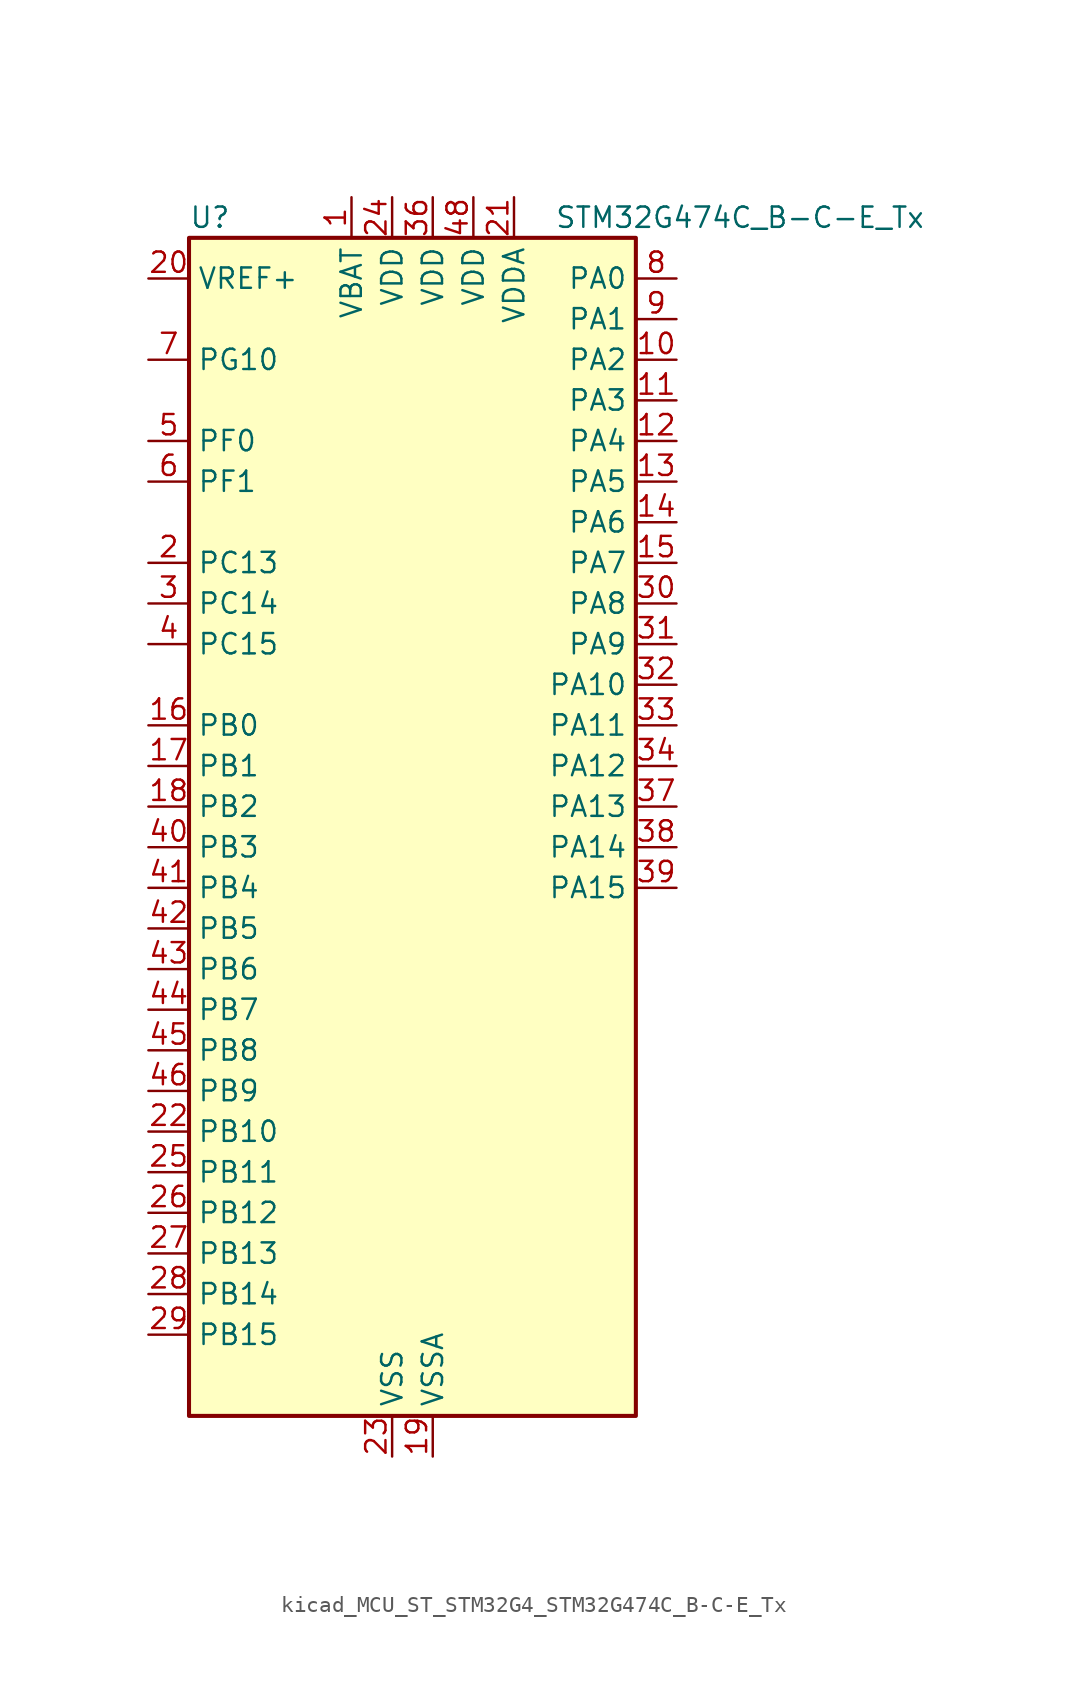
<source format=kicad_sym>
(kicad_symbol_lib
  (version 20220914)
  (generator kicad_symbol_editor)
  (symbol "kicad_MCU_ST_STM32G4_STM32G474C_B-C-E_Tx"
    (property "Reference" "U"
      (at -12.7 39.37 0)
      (effects (font (size 1.27 1.27)) (justify left)))
    (property "Value" "STM32G474C_B-C-E_Tx"
      (at 10.16 39.37 0)
      (effects (font (size 1.27 1.27)) (justify left)))
    (property "ki_locked" ""
      (at 0 0 0)
      (effects (font (size 1.27 1.27))))
    (symbol "kicad_MCU_ST_STM32G4_STM32G474C_B-C-E_Tx_0_1"
      (rectangle (start -12.7 -35.56) (end 15.24 38.1) (stroke (width 0.254) (type default)) (fill (type background))))
    (symbol "kicad_MCU_ST_STM32G4_STM32G474C_B-C-E_Tx_1_1"
      (pin power_in line (at -2.54 40.64 270) (length 2.54) (name "VBAT" (effects (font (size 1.27 1.27)))) (number "1" (effects (font (size 1.27 1.27)))))
      (pin bidirectional line (at 17.78 30.48 180) (length 2.54) (name "PA2" (effects (font (size 1.27 1.27)))) (number "10" (effects (font (size 1.27 1.27)))) (alternate "ADC1_IN3" bidirectional line) (alternate "ADC3_EXTI2" bidirectional line) (alternate "ADC4_EXTI2" bidirectional line) (alternate "ADC5_EXTI2" bidirectional line) (alternate "COMP2_INM" bidirectional line) (alternate "COMP2_OUT" bidirectional line) (alternate "LPUART1_TX" bidirectional line) (alternate "OPAMP1_VOUT" bidirectional line) (alternate "QUADSPI1_BK1_NCS" bidirectional line) (alternate "RCC_LSCO" bidirectional line) (alternate "SYS_WKUP4" bidirectional line) (alternate "TIM15_CH1" bidirectional line) (alternate "TIM2_CH3" bidirectional line) (alternate "TIM5_CH3" bidirectional line) (alternate "UCPD1_FRSTX1" bidirectional line) (alternate "UCPD1_FRSTX2" bidirectional line) (alternate "USART2_TX" bidirectional line))
      (pin bidirectional line (at 17.78 27.94 180) (length 2.54) (name "PA3" (effects (font (size 1.27 1.27)))) (number "11" (effects (font (size 1.27 1.27)))) (alternate "ADC1_IN4" bidirectional line) (alternate "ADC3_EXTI3" bidirectional line) (alternate "ADC4_EXTI3" bidirectional line) (alternate "ADC5_EXTI3" bidirectional line) (alternate "COMP2_INP" bidirectional line) (alternate "LPUART1_RX" bidirectional line) (alternate "OPAMP1_VINM" bidirectional line) (alternate "OPAMP1_VINM0" bidirectional line) (alternate "OPAMP1_VINM_SEC" bidirectional line) (alternate "OPAMP1_VINP" bidirectional line) (alternate "OPAMP1_VINP_SEC" bidirectional line) (alternate "OPAMP5_VINM" bidirectional line) (alternate "OPAMP5_VINM1" bidirectional line) (alternate "OPAMP5_VINM_SEC" bidirectional line) (alternate "QUADSPI1_CLK" bidirectional line) (alternate "SAI1_CK1" bidirectional line) (alternate "SAI1_MCLK_A" bidirectional line) (alternate "TIM15_CH2" bidirectional line) (alternate "TIM2_CH4" bidirectional line) (alternate "TIM5_CH4" bidirectional line) (alternate "USART2_RX" bidirectional line))
      (pin bidirectional line (at 17.78 25.4 180) (length 2.54) (name "PA4" (effects (font (size 1.27 1.27)))) (number "12" (effects (font (size 1.27 1.27)))) (alternate "ADC2_IN17" bidirectional line) (alternate "COMP1_INM" bidirectional line) (alternate "DAC1_OUT1" bidirectional line) (alternate "I2S3_WS" bidirectional line) (alternate "SAI1_FS_B" bidirectional line) (alternate "SPI1_NSS" bidirectional line) (alternate "SPI3_NSS" bidirectional line) (alternate "TIM3_CH2" bidirectional line) (alternate "USART2_CK" bidirectional line))
      (pin bidirectional line (at 17.78 22.86 180) (length 2.54) (name "PA5" (effects (font (size 1.27 1.27)))) (number "13" (effects (font (size 1.27 1.27)))) (alternate "ADC2_IN13" bidirectional line) (alternate "COMP2_INM" bidirectional line) (alternate "DAC1_OUT2" bidirectional line) (alternate "OPAMP2_VINM" bidirectional line) (alternate "OPAMP2_VINM0" bidirectional line) (alternate "OPAMP2_VINM_SEC" bidirectional line) (alternate "SPI1_SCK" bidirectional line) (alternate "TIM2_CH1" bidirectional line) (alternate "TIM2_ETR" bidirectional line) (alternate "UCPD1_FRSTX1" bidirectional line) (alternate "UCPD1_FRSTX2" bidirectional line))
      (pin bidirectional line (at 17.78 20.32 180) (length 2.54) (name "PA6" (effects (font (size 1.27 1.27)))) (number "14" (effects (font (size 1.27 1.27)))) (alternate "ADC2_IN3" bidirectional line) (alternate "COMP1_OUT" bidirectional line) (alternate "DAC2_OUT1" bidirectional line) (alternate "LPUART1_CTS" bidirectional line) (alternate "OPAMP2_VOUT" bidirectional line) (alternate "QUADSPI1_BK1_IO3" bidirectional line) (alternate "SPI1_MISO" bidirectional line) (alternate "TIM16_CH1" bidirectional line) (alternate "TIM1_BKIN" bidirectional line) (alternate "TIM3_CH1" bidirectional line) (alternate "TIM8_BKIN" bidirectional line))
      (pin bidirectional line (at 17.78 17.78 180) (length 2.54) (name "PA7" (effects (font (size 1.27 1.27)))) (number "15" (effects (font (size 1.27 1.27)))) (alternate "ADC2_IN4" bidirectional line) (alternate "COMP2_INP" bidirectional line) (alternate "COMP2_OUT" bidirectional line) (alternate "OPAMP1_VINP" bidirectional line) (alternate "OPAMP1_VINP_SEC" bidirectional line) (alternate "OPAMP2_VINP" bidirectional line) (alternate "OPAMP2_VINP_SEC" bidirectional line) (alternate "QUADSPI1_BK1_IO2" bidirectional line) (alternate "SPI1_MOSI" bidirectional line) (alternate "TIM17_CH1" bidirectional line) (alternate "TIM1_CH1N" bidirectional line) (alternate "TIM3_CH2" bidirectional line) (alternate "TIM8_CH1N" bidirectional line) (alternate "UCPD1_FRSTX1" bidirectional line) (alternate "UCPD1_FRSTX2" bidirectional line))
      (pin bidirectional line (at -15.24 7.62 0) (length 2.54) (name "PB0" (effects (font (size 1.27 1.27)))) (number "16" (effects (font (size 1.27 1.27)))) (alternate "ADC1_IN15" bidirectional line) (alternate "ADC3_IN12" bidirectional line) (alternate "COMP4_INP" bidirectional line) (alternate "HRTIM1_FLT5" bidirectional line) (alternate "OPAMP2_VINP" bidirectional line) (alternate "OPAMP2_VINP_SEC" bidirectional line) (alternate "OPAMP3_VINP" bidirectional line) (alternate "OPAMP3_VINP_SEC" bidirectional line) (alternate "QUADSPI1_BK1_IO1" bidirectional line) (alternate "TIM1_CH2N" bidirectional line) (alternate "TIM3_CH3" bidirectional line) (alternate "TIM8_CH2N" bidirectional line) (alternate "UCPD1_FRSTX1" bidirectional line) (alternate "UCPD1_FRSTX2" bidirectional line))
      (pin bidirectional line (at -15.24 5.08 0) (length 2.54) (name "PB1" (effects (font (size 1.27 1.27)))) (number "17" (effects (font (size 1.27 1.27)))) (alternate "ADC1_IN12" bidirectional line) (alternate "ADC3_IN1" bidirectional line) (alternate "COMP1_INP" bidirectional line) (alternate "COMP4_OUT" bidirectional line) (alternate "HRTIM1_SCOUT" bidirectional line) (alternate "LPUART1_DE" bidirectional line) (alternate "LPUART1_RTS" bidirectional line) (alternate "OPAMP3_VOUT" bidirectional line) (alternate "OPAMP6_VINM" bidirectional line) (alternate "OPAMP6_VINM1" bidirectional line) (alternate "OPAMP6_VINM_SEC" bidirectional line) (alternate "QUADSPI1_BK1_IO0" bidirectional line) (alternate "TIM1_CH3N" bidirectional line) (alternate "TIM3_CH4" bidirectional line) (alternate "TIM8_CH3N" bidirectional line))
      (pin bidirectional line (at -15.24 2.54 0) (length 2.54) (name "PB2" (effects (font (size 1.27 1.27)))) (number "18" (effects (font (size 1.27 1.27)))) (alternate "ADC2_IN12" bidirectional line) (alternate "ADC3_EXTI2" bidirectional line) (alternate "ADC4_EXTI2" bidirectional line) (alternate "ADC5_EXTI2" bidirectional line) (alternate "COMP4_INM" bidirectional line) (alternate "HRTIM1_SCIN" bidirectional line) (alternate "I2C3_SMBA" bidirectional line) (alternate "LPTIM1_OUT" bidirectional line) (alternate "OPAMP3_VINM" bidirectional line) (alternate "OPAMP3_VINM0" bidirectional line) (alternate "OPAMP3_VINM_SEC" bidirectional line) (alternate "QUADSPI1_BK2_IO1" bidirectional line) (alternate "RTC_OUT2" bidirectional line) (alternate "TIM20_CH1" bidirectional line) (alternate "TIM5_CH1" bidirectional line))
      (pin power_in line (at 2.54 -38.1 90) (length 2.54) (name "VSSA" (effects (font (size 1.27 1.27)))) (number "19" (effects (font (size 1.27 1.27)))))
      (pin bidirectional line (at -15.24 17.78 0) (length 2.54) (name "PC13" (effects (font (size 1.27 1.27)))) (number "2" (effects (font (size 1.27 1.27)))) (alternate "RTC_OUT1" bidirectional line) (alternate "RTC_TAMP1" bidirectional line) (alternate "RTC_TS" bidirectional line) (alternate "SYS_WKUP2" bidirectional line) (alternate "TIM1_BKIN" bidirectional line) (alternate "TIM1_CH1N" bidirectional line) (alternate "TIM8_CH4N" bidirectional line))
      (pin input line (at -15.24 35.56 0) (length 2.54) (name "VREF+" (effects (font (size 1.27 1.27)))) (number "20" (effects (font (size 1.27 1.27)))) (alternate "VREFBUF_OUT" bidirectional line))
      (pin power_in line (at 7.62 40.64 270) (length 2.54) (name "VDDA" (effects (font (size 1.27 1.27)))) (number "21" (effects (font (size 1.27 1.27)))))
      (pin bidirectional line (at -15.24 -17.78 0) (length 2.54) (name "PB10" (effects (font (size 1.27 1.27)))) (number "22" (effects (font (size 1.27 1.27)))) (alternate "COMP5_INM" bidirectional line) (alternate "DAC1_EXTI10" bidirectional line) (alternate "DAC2_EXTI10" bidirectional line) (alternate "DAC3_EXTI10" bidirectional line) (alternate "DAC4_EXTI10" bidirectional line) (alternate "HRTIM1_FLT3" bidirectional line) (alternate "LPUART1_RX" bidirectional line) (alternate "OPAMP3_VINM" bidirectional line) (alternate "OPAMP3_VINM1" bidirectional line) (alternate "OPAMP3_VINM_SEC" bidirectional line) (alternate "OPAMP4_VINM" bidirectional line) (alternate "OPAMP4_VINM0" bidirectional line) (alternate "OPAMP4_VINM_SEC" bidirectional line) (alternate "QUADSPI1_CLK" bidirectional line) (alternate "SAI1_SCK_A" bidirectional line) (alternate "TIM1_BKIN" bidirectional line) (alternate "TIM2_CH3" bidirectional line) (alternate "USART3_TX" bidirectional line))
      (pin power_in line (at 0 -38.1 90) (length 2.54) (name "VSS" (effects (font (size 1.27 1.27)))) (number "23" (effects (font (size 1.27 1.27)))))
      (pin power_in line (at 0 40.64 270) (length 2.54) (name "VDD" (effects (font (size 1.27 1.27)))) (number "24" (effects (font (size 1.27 1.27)))))
      (pin bidirectional line (at -15.24 -20.32 0) (length 2.54) (name "PB11" (effects (font (size 1.27 1.27)))) (number "25" (effects (font (size 1.27 1.27)))) (alternate "ADC1_EXTI11" bidirectional line) (alternate "ADC1_IN14" bidirectional line) (alternate "ADC2_EXTI11" bidirectional line) (alternate "ADC2_IN14" bidirectional line) (alternate "COMP6_INP" bidirectional line) (alternate "HRTIM1_FLT4" bidirectional line) (alternate "LPUART1_TX" bidirectional line) (alternate "OPAMP4_VINP" bidirectional line) (alternate "OPAMP4_VINP_SEC" bidirectional line) (alternate "OPAMP6_VOUT" bidirectional line) (alternate "QUADSPI1_BK1_NCS" bidirectional line) (alternate "TIM2_CH4" bidirectional line) (alternate "USART3_RX" bidirectional line))
      (pin bidirectional line (at -15.24 -22.86 0) (length 2.54) (name "PB12" (effects (font (size 1.27 1.27)))) (number "26" (effects (font (size 1.27 1.27)))) (alternate "ADC1_IN11" bidirectional line) (alternate "ADC4_IN3" bidirectional line) (alternate "COMP7_INM" bidirectional line) (alternate "FDCAN2_RX" bidirectional line) (alternate "HRTIM1_CHC1" bidirectional line) (alternate "I2C2_SMBA" bidirectional line) (alternate "I2S2_WS" bidirectional line) (alternate "LPUART1_DE" bidirectional line) (alternate "LPUART1_RTS" bidirectional line) (alternate "OPAMP4_VOUT" bidirectional line) (alternate "OPAMP6_VINP" bidirectional line) (alternate "OPAMP6_VINP_SEC" bidirectional line) (alternate "SPI2_NSS" bidirectional line) (alternate "TIM1_BKIN" bidirectional line) (alternate "TIM5_ETR" bidirectional line) (alternate "USART3_CK" bidirectional line))
      (pin bidirectional line (at -15.24 -25.4 0) (length 2.54) (name "PB13" (effects (font (size 1.27 1.27)))) (number "27" (effects (font (size 1.27 1.27)))) (alternate "ADC3_IN5" bidirectional line) (alternate "COMP5_INP" bidirectional line) (alternate "FDCAN2_TX" bidirectional line) (alternate "HRTIM1_CHC2" bidirectional line) (alternate "I2S2_CK" bidirectional line) (alternate "LPUART1_CTS" bidirectional line) (alternate "OPAMP3_VINP" bidirectional line) (alternate "OPAMP3_VINP_SEC" bidirectional line) (alternate "OPAMP4_VINP" bidirectional line) (alternate "OPAMP4_VINP_SEC" bidirectional line) (alternate "OPAMP6_VINP" bidirectional line) (alternate "OPAMP6_VINP_SEC" bidirectional line) (alternate "SPI2_SCK" bidirectional line) (alternate "TIM1_CH1N" bidirectional line) (alternate "USART3_CTS" bidirectional line) (alternate "USART3_NSS" bidirectional line))
      (pin bidirectional line (at -15.24 -27.94 0) (length 2.54) (name "PB14" (effects (font (size 1.27 1.27)))) (number "28" (effects (font (size 1.27 1.27)))) (alternate "ADC1_IN5" bidirectional line) (alternate "ADC4_IN4" bidirectional line) (alternate "COMP4_OUT" bidirectional line) (alternate "COMP7_INP" bidirectional line) (alternate "HRTIM1_CHD1" bidirectional line) (alternate "OPAMP2_VINP" bidirectional line) (alternate "OPAMP2_VINP_SEC" bidirectional line) (alternate "OPAMP5_VINP" bidirectional line) (alternate "OPAMP5_VINP_SEC" bidirectional line) (alternate "SPI2_MISO" bidirectional line) (alternate "TIM15_CH1" bidirectional line) (alternate "TIM1_CH2N" bidirectional line) (alternate "USART3_DE" bidirectional line) (alternate "USART3_RTS" bidirectional line))
      (pin bidirectional line (at -15.24 -30.48 0) (length 2.54) (name "PB15" (effects (font (size 1.27 1.27)))) (number "29" (effects (font (size 1.27 1.27)))) (alternate "ADC1_EXTI15" bidirectional line) (alternate "ADC2_EXTI15" bidirectional line) (alternate "ADC2_IN15" bidirectional line) (alternate "ADC4_IN5" bidirectional line) (alternate "COMP3_OUT" bidirectional line) (alternate "COMP6_INM" bidirectional line) (alternate "HRTIM1_CHD2" bidirectional line) (alternate "I2S2_SD" bidirectional line) (alternate "OPAMP5_VINM" bidirectional line) (alternate "OPAMP5_VINM0" bidirectional line) (alternate "OPAMP5_VINM_SEC" bidirectional line) (alternate "RTC_REFIN" bidirectional line) (alternate "SPI2_MOSI" bidirectional line) (alternate "TIM15_CH1N" bidirectional line) (alternate "TIM15_CH2" bidirectional line) (alternate "TIM1_CH3N" bidirectional line))
      (pin bidirectional line (at -15.24 15.24 0) (length 2.54) (name "PC14" (effects (font (size 1.27 1.27)))) (number "3" (effects (font (size 1.27 1.27)))) (alternate "RCC_OSC32_IN" bidirectional line))
      (pin bidirectional line (at 17.78 15.24 180) (length 2.54) (name "PA8" (effects (font (size 1.27 1.27)))) (number "30" (effects (font (size 1.27 1.27)))) (alternate "ADC5_IN1" bidirectional line) (alternate "COMP7_OUT" bidirectional line) (alternate "FDCAN3_RX" bidirectional line) (alternate "HRTIM1_CHA1" bidirectional line) (alternate "I2C2_SDA" bidirectional line) (alternate "I2C3_SCL" bidirectional line) (alternate "I2S2_MCK" bidirectional line) (alternate "OPAMP5_VOUT" bidirectional line) (alternate "RCC_MCO" bidirectional line) (alternate "SAI1_CK2" bidirectional line) (alternate "SAI1_SCK_A" bidirectional line) (alternate "TIM1_CH1" bidirectional line) (alternate "TIM4_ETR" bidirectional line) (alternate "USART1_CK" bidirectional line))
      (pin bidirectional line (at 17.78 12.7 180) (length 2.54) (name "PA9" (effects (font (size 1.27 1.27)))) (number "31" (effects (font (size 1.27 1.27)))) (alternate "ADC5_IN2" bidirectional line) (alternate "COMP5_OUT" bidirectional line) (alternate "DAC1_EXTI9" bidirectional line) (alternate "DAC2_EXTI9" bidirectional line) (alternate "DAC3_EXTI9" bidirectional line) (alternate "DAC4_EXTI9" bidirectional line) (alternate "HRTIM1_CHA2" bidirectional line) (alternate "I2C2_SCL" bidirectional line) (alternate "I2C3_SMBA" bidirectional line) (alternate "I2S3_MCK" bidirectional line) (alternate "SAI1_FS_A" bidirectional line) (alternate "TIM15_BKIN" bidirectional line) (alternate "TIM1_CH2" bidirectional line) (alternate "TIM2_CH3" bidirectional line) (alternate "UCPD1_DBCC1" bidirectional line) (alternate "USART1_TX" bidirectional line))
      (pin bidirectional line (at 17.78 10.16 180) (length 2.54) (name "PA10" (effects (font (size 1.27 1.27)))) (number "32" (effects (font (size 1.27 1.27)))) (alternate "COMP6_OUT" bidirectional line) (alternate "CRS_SYNC" bidirectional line) (alternate "DAC1_EXTI10" bidirectional line) (alternate "DAC2_EXTI10" bidirectional line) (alternate "DAC3_EXTI10" bidirectional line) (alternate "DAC4_EXTI10" bidirectional line) (alternate "HRTIM1_CHB1" bidirectional line) (alternate "I2C2_SMBA" bidirectional line) (alternate "SAI1_D1" bidirectional line) (alternate "SAI1_SD_A" bidirectional line) (alternate "SPI2_MISO" bidirectional line) (alternate "TIM17_BKIN" bidirectional line) (alternate "TIM1_CH3" bidirectional line) (alternate "TIM2_CH4" bidirectional line) (alternate "TIM8_BKIN" bidirectional line) (alternate "UCPD1_DBCC2" bidirectional line) (alternate "USART1_RX" bidirectional line))
      (pin bidirectional line (at 17.78 7.62 180) (length 2.54) (name "PA11" (effects (font (size 1.27 1.27)))) (number "33" (effects (font (size 1.27 1.27)))) (alternate "ADC1_EXTI11" bidirectional line) (alternate "ADC2_EXTI11" bidirectional line) (alternate "COMP1_OUT" bidirectional line) (alternate "FDCAN1_RX" bidirectional line) (alternate "HRTIM1_CHB2" bidirectional line) (alternate "I2S2_SD" bidirectional line) (alternate "SPI2_MOSI" bidirectional line) (alternate "TIM1_BKIN2" bidirectional line) (alternate "TIM1_CH1N" bidirectional line) (alternate "TIM1_CH4" bidirectional line) (alternate "TIM4_CH1" bidirectional line) (alternate "USART1_CTS" bidirectional line) (alternate "USART1_NSS" bidirectional line) (alternate "USB_DM" bidirectional line))
      (pin bidirectional line (at 17.78 5.08 180) (length 2.54) (name "PA12" (effects (font (size 1.27 1.27)))) (number "34" (effects (font (size 1.27 1.27)))) (alternate "COMP2_OUT" bidirectional line) (alternate "FDCAN1_TX" bidirectional line) (alternate "HRTIM1_FLT1" bidirectional line) (alternate "I2S_CKIN" bidirectional line) (alternate "TIM16_CH1" bidirectional line) (alternate "TIM1_CH2N" bidirectional line) (alternate "TIM1_ETR" bidirectional line) (alternate "TIM4_CH2" bidirectional line) (alternate "USART1_DE" bidirectional line) (alternate "USART1_RTS" bidirectional line) (alternate "USB_DP" bidirectional line))
      (pin passive line (at 0 -38.1 90) (length 2.54) hide (name "VSS" (effects (font (size 1.27 1.27)))) (number "35" (effects (font (size 1.27 1.27)))))
      (pin power_in line (at 2.54 40.64 270) (length 2.54) (name "VDD" (effects (font (size 1.27 1.27)))) (number "36" (effects (font (size 1.27 1.27)))))
      (pin bidirectional line (at 17.78 2.54 180) (length 2.54) (name "PA13" (effects (font (size 1.27 1.27)))) (number "37" (effects (font (size 1.27 1.27)))) (alternate "I2C1_SCL" bidirectional line) (alternate "I2C4_SCL" bidirectional line) (alternate "IR_OUT" bidirectional line) (alternate "SAI1_SD_B" bidirectional line) (alternate "SYS_JTMS-SWDIO" bidirectional line) (alternate "TIM16_CH1N" bidirectional line) (alternate "TIM4_CH3" bidirectional line) (alternate "USART3_CTS" bidirectional line) (alternate "USART3_NSS" bidirectional line))
      (pin bidirectional line (at 17.78 0 180) (length 2.54) (name "PA14" (effects (font (size 1.27 1.27)))) (number "38" (effects (font (size 1.27 1.27)))) (alternate "I2C1_SDA" bidirectional line) (alternate "I2C4_SMBA" bidirectional line) (alternate "LPTIM1_OUT" bidirectional line) (alternate "SAI1_FS_B" bidirectional line) (alternate "SYS_JTCK-SWCLK" bidirectional line) (alternate "TIM1_BKIN" bidirectional line) (alternate "TIM8_CH2" bidirectional line) (alternate "USART2_TX" bidirectional line))
      (pin bidirectional line (at 17.78 -2.54 180) (length 2.54) (name "PA15" (effects (font (size 1.27 1.27)))) (number "39" (effects (font (size 1.27 1.27)))) (alternate "ADC1_EXTI15" bidirectional line) (alternate "ADC2_EXTI15" bidirectional line) (alternate "FDCAN3_TX" bidirectional line) (alternate "HRTIM1_FLT2" bidirectional line) (alternate "I2C1_SCL" bidirectional line) (alternate "I2S3_WS" bidirectional line) (alternate "SPI1_NSS" bidirectional line) (alternate "SPI3_NSS" bidirectional line) (alternate "SYS_JTDI" bidirectional line) (alternate "TIM1_BKIN" bidirectional line) (alternate "TIM2_CH1" bidirectional line) (alternate "TIM2_ETR" bidirectional line) (alternate "TIM8_CH1" bidirectional line) (alternate "USART2_RX" bidirectional line))
      (pin bidirectional line (at -15.24 12.7 0) (length 2.54) (name "PC15" (effects (font (size 1.27 1.27)))) (number "4" (effects (font (size 1.27 1.27)))) (alternate "ADC1_EXTI15" bidirectional line) (alternate "ADC2_EXTI15" bidirectional line) (alternate "RCC_OSC32_OUT" bidirectional line))
      (pin bidirectional line (at -15.24 0 0) (length 2.54) (name "PB3" (effects (font (size 1.27 1.27)))) (number "40" (effects (font (size 1.27 1.27)))) (alternate "ADC3_EXTI3" bidirectional line) (alternate "ADC4_EXTI3" bidirectional line) (alternate "ADC5_EXTI3" bidirectional line) (alternate "CRS_SYNC" bidirectional line) (alternate "FDCAN3_RX" bidirectional line) (alternate "HRTIM1_EEV9" bidirectional line) (alternate "HRTIM1_SCOUT" bidirectional line) (alternate "I2S3_CK" bidirectional line) (alternate "SAI1_SCK_B" bidirectional line) (alternate "SPI1_SCK" bidirectional line) (alternate "SPI3_SCK" bidirectional line) (alternate "SYS_JTDO-SWO" bidirectional line) (alternate "TIM2_CH2" bidirectional line) (alternate "TIM3_ETR" bidirectional line) (alternate "TIM4_ETR" bidirectional line) (alternate "TIM8_CH1N" bidirectional line) (alternate "USART2_TX" bidirectional line))
      (pin bidirectional line (at -15.24 -2.54 0) (length 2.54) (name "PB4" (effects (font (size 1.27 1.27)))) (number "41" (effects (font (size 1.27 1.27)))) (alternate "FDCAN3_TX" bidirectional line) (alternate "HRTIM1_EEV7" bidirectional line) (alternate "SAI1_MCLK_B" bidirectional line) (alternate "SPI1_MISO" bidirectional line) (alternate "SPI3_MISO" bidirectional line) (alternate "SYS_JTRST" bidirectional line) (alternate "TIM16_CH1" bidirectional line) (alternate "TIM17_BKIN" bidirectional line) (alternate "TIM3_CH1" bidirectional line) (alternate "TIM8_CH2N" bidirectional line) (alternate "UCPD1_CC2" bidirectional line) (alternate "USART2_RX" bidirectional line))
      (pin bidirectional line (at -15.24 -5.08 0) (length 2.54) (name "PB5" (effects (font (size 1.27 1.27)))) (number "42" (effects (font (size 1.27 1.27)))) (alternate "FDCAN2_RX" bidirectional line) (alternate "HRTIM1_EEV6" bidirectional line) (alternate "I2C1_SMBA" bidirectional line) (alternate "I2C3_SDA" bidirectional line) (alternate "I2S3_SD" bidirectional line) (alternate "LPTIM1_IN1" bidirectional line) (alternate "SAI1_SD_B" bidirectional line) (alternate "SPI1_MOSI" bidirectional line) (alternate "SPI3_MOSI" bidirectional line) (alternate "TIM16_BKIN" bidirectional line) (alternate "TIM17_CH1" bidirectional line) (alternate "TIM3_CH2" bidirectional line) (alternate "TIM8_CH3N" bidirectional line) (alternate "USART2_CK" bidirectional line))
      (pin bidirectional line (at -15.24 -7.62 0) (length 2.54) (name "PB6" (effects (font (size 1.27 1.27)))) (number "43" (effects (font (size 1.27 1.27)))) (alternate "COMP4_OUT" bidirectional line) (alternate "FDCAN2_TX" bidirectional line) (alternate "HRTIM1_EEV4" bidirectional line) (alternate "HRTIM1_SCIN" bidirectional line) (alternate "LPTIM1_ETR" bidirectional line) (alternate "SAI1_FS_B" bidirectional line) (alternate "TIM16_CH1N" bidirectional line) (alternate "TIM4_CH1" bidirectional line) (alternate "TIM8_BKIN2" bidirectional line) (alternate "TIM8_CH1" bidirectional line) (alternate "TIM8_ETR" bidirectional line) (alternate "UCPD1_CC1" bidirectional line) (alternate "USART1_TX" bidirectional line))
      (pin bidirectional line (at -15.24 -10.16 0) (length 2.54) (name "PB7" (effects (font (size 1.27 1.27)))) (number "44" (effects (font (size 1.27 1.27)))) (alternate "COMP3_OUT" bidirectional line) (alternate "HRTIM1_EEV3" bidirectional line) (alternate "I2C1_SDA" bidirectional line) (alternate "I2C4_SDA" bidirectional line) (alternate "LPTIM1_IN2" bidirectional line) (alternate "SYS_PVD_IN" bidirectional line) (alternate "TIM17_CH1N" bidirectional line) (alternate "TIM3_CH4" bidirectional line) (alternate "TIM4_CH2" bidirectional line) (alternate "TIM8_BKIN" bidirectional line) (alternate "USART1_RX" bidirectional line))
      (pin bidirectional line (at -15.24 -12.7 0) (length 2.54) (name "PB8" (effects (font (size 1.27 1.27)))) (number "45" (effects (font (size 1.27 1.27)))) (alternate "COMP1_OUT" bidirectional line) (alternate "FDCAN1_RX" bidirectional line) (alternate "HRTIM1_EEV8" bidirectional line) (alternate "I2C1_SCL" bidirectional line) (alternate "SAI1_CK1" bidirectional line) (alternate "SAI1_MCLK_A" bidirectional line) (alternate "TIM16_CH1" bidirectional line) (alternate "TIM1_BKIN" bidirectional line) (alternate "TIM4_CH3" bidirectional line) (alternate "TIM8_CH2" bidirectional line) (alternate "USART3_RX" bidirectional line))
      (pin bidirectional line (at -15.24 -15.24 0) (length 2.54) (name "PB9" (effects (font (size 1.27 1.27)))) (number "46" (effects (font (size 1.27 1.27)))) (alternate "COMP2_OUT" bidirectional line) (alternate "DAC1_EXTI9" bidirectional line) (alternate "DAC2_EXTI9" bidirectional line) (alternate "DAC3_EXTI9" bidirectional line) (alternate "DAC4_EXTI9" bidirectional line) (alternate "FDCAN1_TX" bidirectional line) (alternate "HRTIM1_EEV5" bidirectional line) (alternate "I2C1_SDA" bidirectional line) (alternate "IR_OUT" bidirectional line) (alternate "SAI1_D2" bidirectional line) (alternate "SAI1_FS_A" bidirectional line) (alternate "TIM17_CH1" bidirectional line) (alternate "TIM1_CH3N" bidirectional line) (alternate "TIM4_CH4" bidirectional line) (alternate "TIM8_CH3" bidirectional line) (alternate "USART3_TX" bidirectional line))
      (pin passive line (at 0 -38.1 90) (length 2.54) hide (name "VSS" (effects (font (size 1.27 1.27)))) (number "47" (effects (font (size 1.27 1.27)))))
      (pin power_in line (at 5.08 40.64 270) (length 2.54) (name "VDD" (effects (font (size 1.27 1.27)))) (number "48" (effects (font (size 1.27 1.27)))))
      (pin bidirectional line (at -15.24 25.4 0) (length 2.54) (name "PF0" (effects (font (size 1.27 1.27)))) (number "5" (effects (font (size 1.27 1.27)))) (alternate "ADC1_IN10" bidirectional line) (alternate "I2C2_SDA" bidirectional line) (alternate "I2S2_WS" bidirectional line) (alternate "RCC_OSC_IN" bidirectional line) (alternate "SPI2_NSS" bidirectional line) (alternate "TIM1_CH3N" bidirectional line))
      (pin bidirectional line (at -15.24 22.86 0) (length 2.54) (name "PF1" (effects (font (size 1.27 1.27)))) (number "6" (effects (font (size 1.27 1.27)))) (alternate "ADC2_IN10" bidirectional line) (alternate "COMP3_INM" bidirectional line) (alternate "I2S2_CK" bidirectional line) (alternate "RCC_OSC_OUT" bidirectional line) (alternate "SPI2_SCK" bidirectional line))
      (pin bidirectional line (at -15.24 30.48 0) (length 2.54) (name "PG10" (effects (font (size 1.27 1.27)))) (number "7" (effects (font (size 1.27 1.27)))) (alternate "DAC1_EXTI10" bidirectional line) (alternate "DAC2_EXTI10" bidirectional line) (alternate "DAC3_EXTI10" bidirectional line) (alternate "DAC4_EXTI10" bidirectional line) (alternate "RCC_MCO" bidirectional line))
      (pin bidirectional line (at 17.78 35.56 180) (length 2.54) (name "PA0" (effects (font (size 1.27 1.27)))) (number "8" (effects (font (size 1.27 1.27)))) (alternate "ADC1_IN1" bidirectional line) (alternate "ADC2_IN1" bidirectional line) (alternate "COMP1_INM" bidirectional line) (alternate "COMP1_OUT" bidirectional line) (alternate "COMP3_INP" bidirectional line) (alternate "RTC_TAMP2" bidirectional line) (alternate "SYS_WKUP1" bidirectional line) (alternate "TIM2_CH1" bidirectional line) (alternate "TIM2_ETR" bidirectional line) (alternate "TIM5_CH1" bidirectional line) (alternate "TIM8_BKIN" bidirectional line) (alternate "TIM8_ETR" bidirectional line) (alternate "USART2_CTS" bidirectional line) (alternate "USART2_NSS" bidirectional line))
      (pin bidirectional line (at 17.78 33.02 180) (length 2.54) (name "PA1" (effects (font (size 1.27 1.27)))) (number "9" (effects (font (size 1.27 1.27)))) (alternate "ADC1_IN2" bidirectional line) (alternate "ADC2_IN2" bidirectional line) (alternate "COMP1_INP" bidirectional line) (alternate "OPAMP1_VINP" bidirectional line) (alternate "OPAMP1_VINP_SEC" bidirectional line) (alternate "OPAMP3_VINP" bidirectional line) (alternate "OPAMP3_VINP_SEC" bidirectional line) (alternate "OPAMP6_VINM" bidirectional line) (alternate "OPAMP6_VINM0" bidirectional line) (alternate "OPAMP6_VINM_SEC" bidirectional line) (alternate "RTC_REFIN" bidirectional line) (alternate "TIM15_CH1N" bidirectional line) (alternate "TIM2_CH2" bidirectional line) (alternate "TIM5_CH2" bidirectional line) (alternate "USART2_DE" bidirectional line) (alternate "USART2_RTS" bidirectional line)))))
</source>
